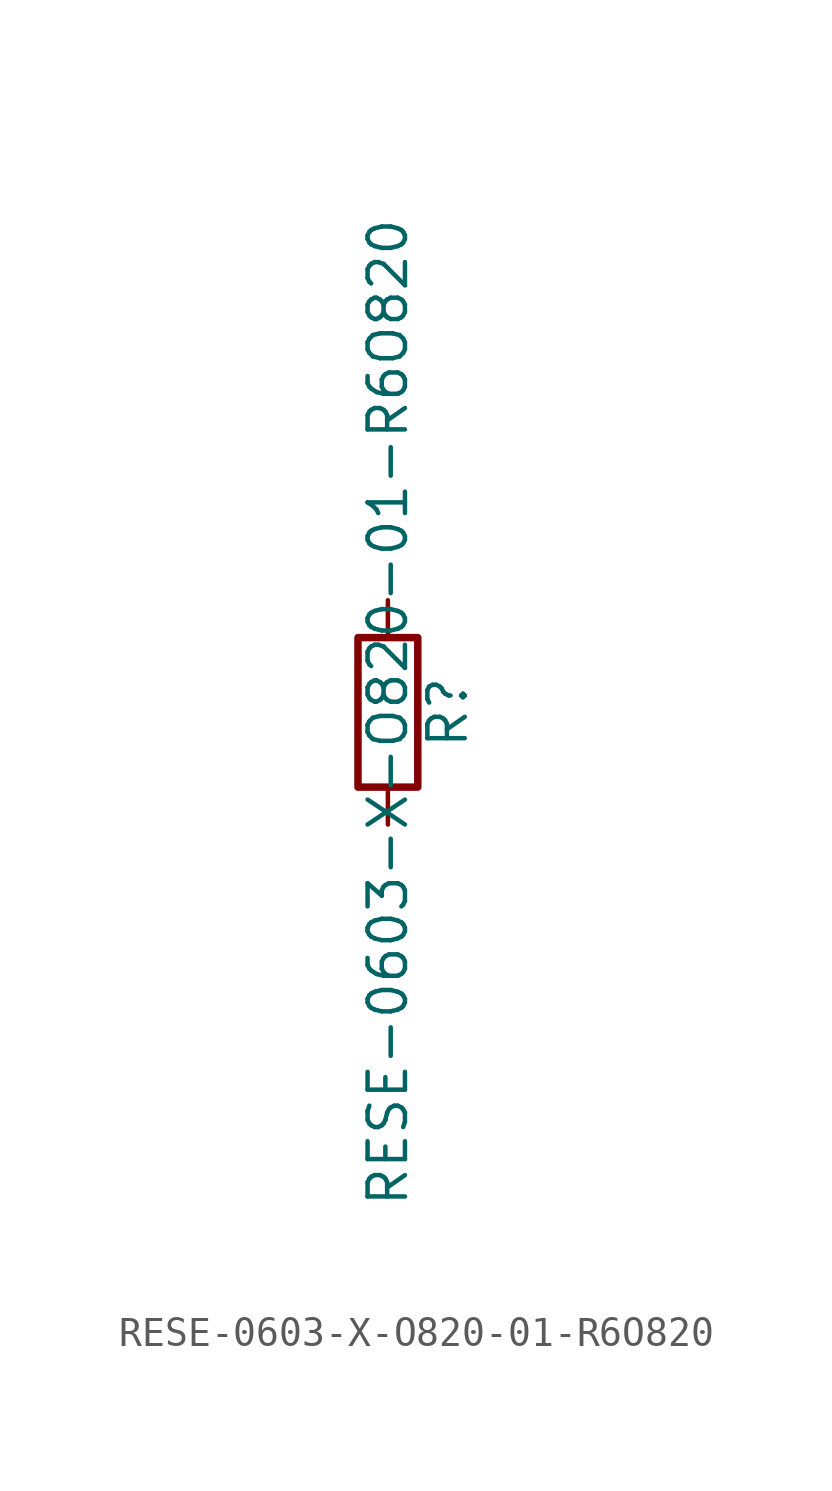
<source format=kicad_sym>
(kicad_symbol_lib
  (version 20211014)
  (generator kicad_symbol_editor)
  (symbol "RESE-0603-X-O820-01-R6O820"
    (pin_numbers hide)
    (pin_names
      (offset 0))
    (property "Reference" "R"
      (at 2.032 0 90)
      (effects (font (size 1.27 1.27))))
    (property "Value" "RESE-0603-X-O820-01-R6O820"
      (at 0 0 90)
      (effects (font (size 1.27 1.27))))
    (symbol "RESE-0603-X-O820-01-R6O820_0_1"
      (rectangle (start -1.016 -2.54) (end 1.016 2.54) (stroke (width 0.254) (type default) (color 0 0 0 0)) (fill (type none))))
    (symbol "RESE-0603-X-O820-01-R6O820_1_1"
      (pin passive line (at 0 3.81 270) (length 1.27) (name "~" (effects (font (size 1.27 1.27)))) (number "1" (effects (font (size 1.27 1.27)))))
      (pin passive line (at 0 -3.81 90) (length 1.27) (name "~" (effects (font (size 1.27 1.27)))) (number "2" (effects (font (size 1.27 1.27))))))))
</source>
